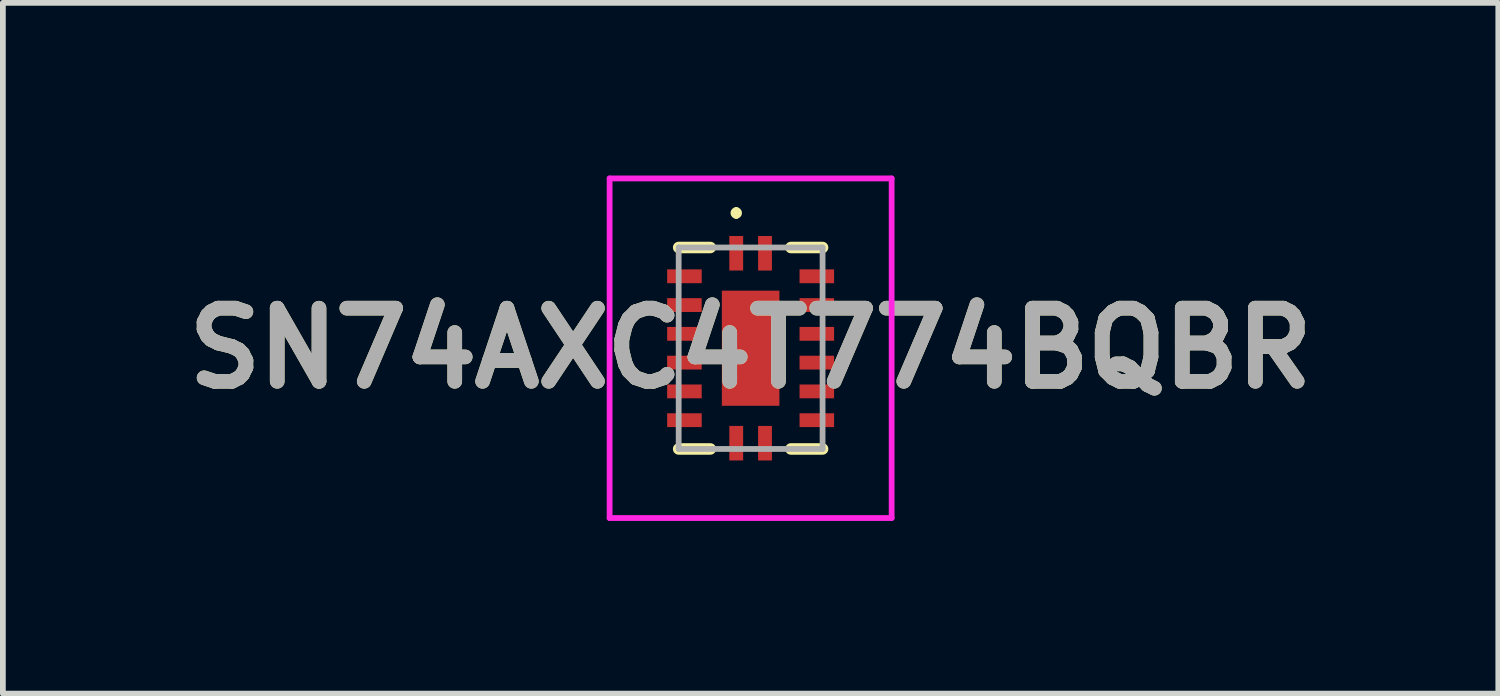
<source format=kicad_pcb>
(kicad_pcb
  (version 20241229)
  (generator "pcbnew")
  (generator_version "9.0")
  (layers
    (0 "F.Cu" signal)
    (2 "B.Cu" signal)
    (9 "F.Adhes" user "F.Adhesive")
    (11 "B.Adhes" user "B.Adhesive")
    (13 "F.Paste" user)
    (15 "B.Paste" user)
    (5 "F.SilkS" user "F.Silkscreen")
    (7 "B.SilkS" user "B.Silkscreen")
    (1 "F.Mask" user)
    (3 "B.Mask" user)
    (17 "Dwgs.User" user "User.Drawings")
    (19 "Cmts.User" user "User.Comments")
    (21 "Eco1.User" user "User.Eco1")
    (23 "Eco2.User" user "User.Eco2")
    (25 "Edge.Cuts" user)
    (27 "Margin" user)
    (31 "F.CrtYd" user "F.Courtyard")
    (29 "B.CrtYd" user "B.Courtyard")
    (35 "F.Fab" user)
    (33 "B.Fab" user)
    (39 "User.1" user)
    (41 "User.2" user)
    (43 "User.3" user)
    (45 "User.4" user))
  (footprint "SN74AXC4T774BQBR"
    (layer "F.Cu")
    (at 9.991 3)
    (property "Reference" "SN74AXC4T774BQBR" (at 0 0 0) (layer "F.SilkS") (effects (font (size 1.27 1.27) (thickness 0.254))))
    (attr smd)
    (fp_line (start -0.7 -1.75) (end -1.25 -1.75) (stroke (width 0.2) (type solid)) (layer "F.SilkS"))
    (fp_line (start -0.7 1.75) (end -1.25 1.75) (stroke (width 0.2) (type solid)) (layer "F.SilkS"))
    (fp_line (start -0.25 -2.4) (end -0.25 -2.4) (stroke (width 0.1) (type solid)) (layer "F.SilkS"))
    (fp_line (start -0.25 -2.3) (end -0.25 -2.3) (stroke (width 0.1) (type solid)) (layer "F.SilkS"))
    (fp_line (start 0.7 -1.75) (end 1.25 -1.75) (stroke (width 0.2) (type solid)) (layer "F.SilkS"))
    (fp_line (start 0.7 1.75) (end 1.25 1.75) (stroke (width 0.2) (type solid)) (layer "F.SilkS"))
    (fp_arc (start -0.25 -2.4) (mid -0.2 -2.35) (end -0.25 -2.3) (stroke (width 0.1) (type solid)) (layer "F.SilkS"))
    (fp_arc (start -0.25 -2.3) (mid -0.3 -2.35) (end -0.25 -2.4) (stroke (width 0.1) (type solid)) (layer "F.SilkS"))
    (fp_line (start -2.45 -2.95) (end 2.45 -2.95) (stroke (width 0.1) (type solid)) (layer "F.CrtYd"))
    (fp_line (start -2.45 2.95) (end -2.45 -2.95) (stroke (width 0.1) (type solid)) (layer "F.CrtYd"))
    (fp_line (start 2.45 -2.95) (end 2.45 2.95) (stroke (width 0.1) (type solid)) (layer "F.CrtYd"))
    (fp_line (start 2.45 2.95) (end -2.45 2.95) (stroke (width 0.1) (type solid)) (layer "F.CrtYd"))
    (fp_line (start -1.25 -1.75) (end 1.25 -1.75) (stroke (width 0.1) (type solid)) (layer "F.Fab"))
    (fp_line (start -1.25 1.75) (end -1.25 -1.75) (stroke (width 0.1) (type solid)) (layer "F.Fab"))
    (fp_line (start 1.25 -1.75) (end 1.25 1.75) (stroke (width 0.1) (type solid)) (layer "F.Fab"))
    (fp_line (start 1.25 1.75) (end -1.25 1.75) (stroke (width 0.1) (type solid)) (layer "F.Fab"))
    (fp_text user "${REFERENCE}" (at 0 0 0) (layer "F.Fab") (effects (font (size 1.27 1.27) (thickness 0.254))))
    (pad "1" smd rect (at -0.25 -1.65) (size 0.24 0.6) (layers "F.Cu" "F.Mask" "F.Paste"))
    (pad "2" smd rect (at -1.15 -1.25 90) (size 0.24 0.6) (layers "F.Cu" "F.Mask" "F.Paste"))
    (pad "3" smd rect (at -1.15 -0.75 90) (size 0.24 0.6) (layers "F.Cu" "F.Mask" "F.Paste"))
    (pad "4" smd rect (at -1.15 -0.25 90) (size 0.24 0.6) (layers "F.Cu" "F.Mask" "F.Paste"))
    (pad "5" smd rect (at -1.15 0.25 90) (size 0.24 0.6) (layers "F.Cu" "F.Mask" "F.Paste"))
    (pad "6" smd rect (at -1.15 0.75 90) (size 0.24 0.6) (layers "F.Cu" "F.Mask" "F.Paste"))
    (pad "7" smd rect (at -1.15 1.25 90) (size 0.24 0.6) (layers "F.Cu" "F.Mask" "F.Paste"))
    (pad "8" smd rect (at -0.25 1.65) (size 0.24 0.6) (layers "F.Cu" "F.Mask" "F.Paste"))
    (pad "9" smd rect (at 0.25 1.65) (size 0.24 0.6) (layers "F.Cu" "F.Mask" "F.Paste"))
    (pad "10" smd rect (at 1.15 1.25 90) (size 0.24 0.6) (layers "F.Cu" "F.Mask" "F.Paste"))
    (pad "11" smd rect (at 1.15 0.75 90) (size 0.24 0.6) (layers "F.Cu" "F.Mask" "F.Paste"))
    (pad "12" smd rect (at 1.15 0.25 90) (size 0.24 0.6) (layers "F.Cu" "F.Mask" "F.Paste"))
    (pad "13" smd rect (at 1.15 -0.25 90) (size 0.24 0.6) (layers "F.Cu" "F.Mask" "F.Paste"))
    (pad "14" smd rect (at 1.15 -0.75 90) (size 0.24 0.6) (layers "F.Cu" "F.Mask" "F.Paste"))
    (pad "15" smd rect (at 1.15 -1.25 90) (size 0.24 0.6) (layers "F.Cu" "F.Mask" "F.Paste"))
    (pad "16" smd rect (at 0.25 -1.65) (size 0.24 0.6) (layers "F.Cu" "F.Mask" "F.Paste"))
    (pad "17" smd rect (at 0 0) (size 1 2) (layers "F.Cu" "F.Mask" "F.Paste")))
  (gr_rect
    (start -3 -3)
    (end 22.981 9)
    (stroke (width 0.1) (type default))
    (fill no)
    (layer "Edge.Cuts")))
</source>
